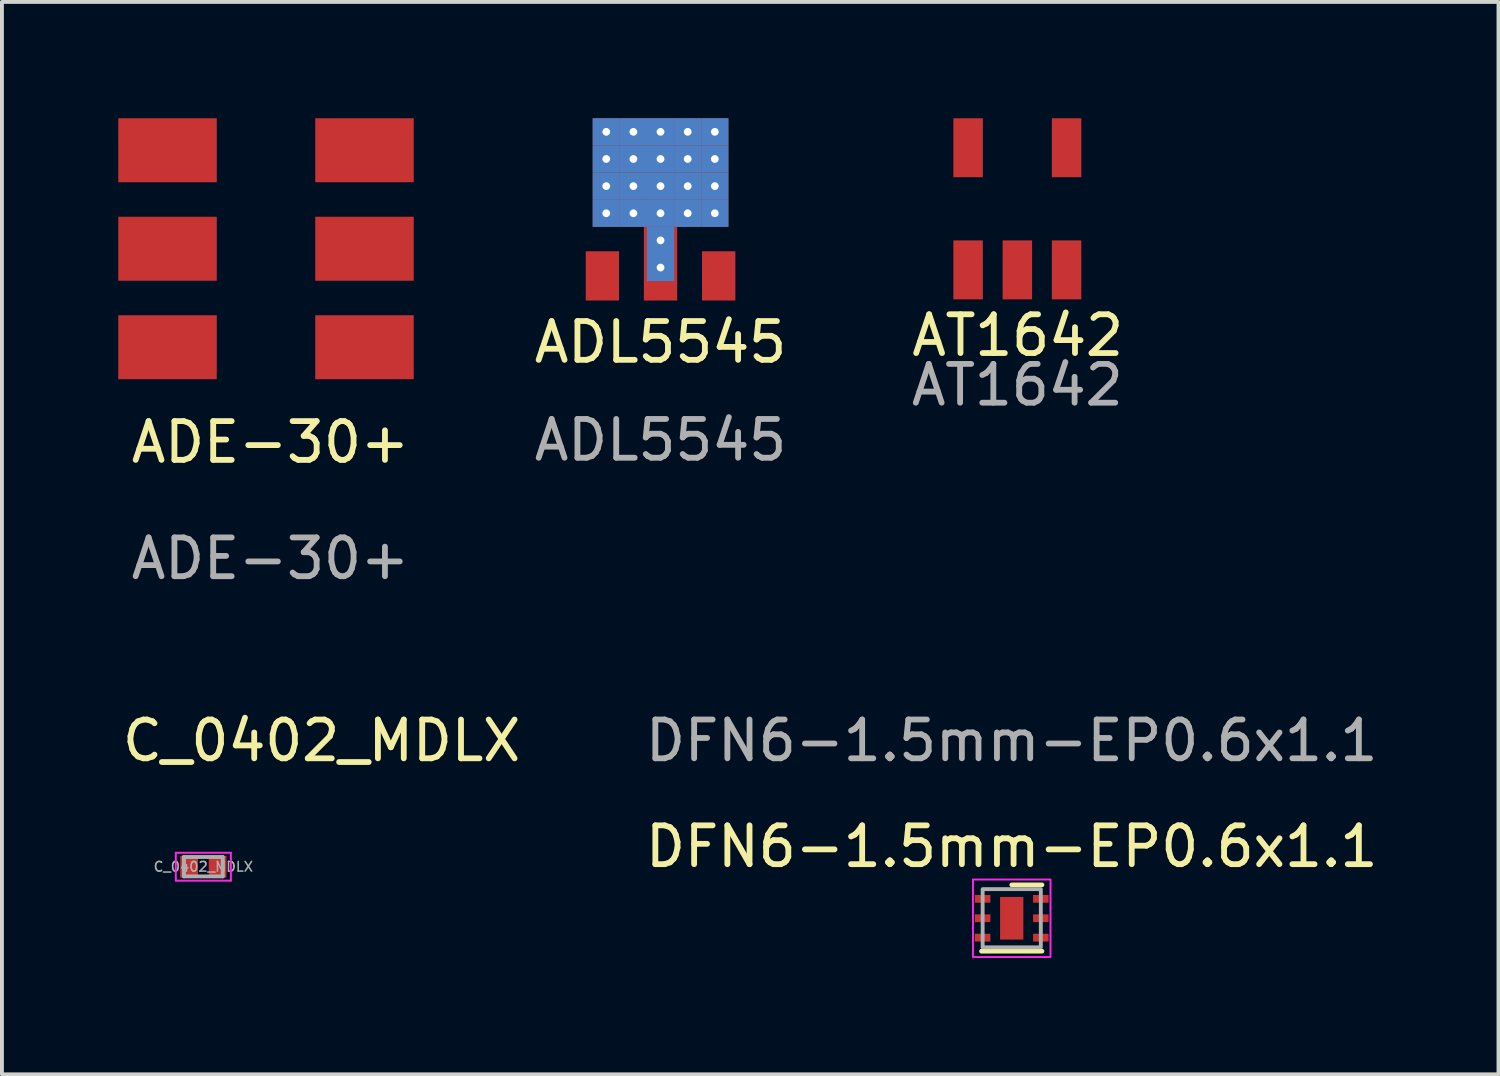
<source format=kicad_pcb>
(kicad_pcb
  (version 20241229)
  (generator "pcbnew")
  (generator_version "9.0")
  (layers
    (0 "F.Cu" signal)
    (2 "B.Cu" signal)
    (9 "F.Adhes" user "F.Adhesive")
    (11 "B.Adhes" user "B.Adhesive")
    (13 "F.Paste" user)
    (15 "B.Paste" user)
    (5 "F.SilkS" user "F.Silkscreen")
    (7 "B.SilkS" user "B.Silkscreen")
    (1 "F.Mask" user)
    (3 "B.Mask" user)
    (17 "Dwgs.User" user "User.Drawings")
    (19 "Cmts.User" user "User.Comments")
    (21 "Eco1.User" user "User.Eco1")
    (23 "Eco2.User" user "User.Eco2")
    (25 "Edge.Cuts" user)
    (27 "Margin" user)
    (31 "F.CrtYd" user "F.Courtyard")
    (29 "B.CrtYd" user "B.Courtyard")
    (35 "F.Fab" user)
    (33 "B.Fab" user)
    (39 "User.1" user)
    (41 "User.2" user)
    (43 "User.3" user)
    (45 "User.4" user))
  (footprint "C_0402_MDLX"
    (layer "F.Cu")
    (at 2.194 19.302)
    (property "Reference" "C_0402_MDLX" (at 3.05 -3.25 0) (layer "F.SilkS") (effects (font (size 1 1) (thickness 0.15))))
    (attr smd)
    (fp_line (start -0.71 -0.36) (end 0.71 -0.36) (stroke (width 0.05) (type solid)) (layer "F.CrtYd"))
    (fp_line (start -0.71 0.36) (end -0.71 -0.36) (stroke (width 0.05) (type solid)) (layer "F.CrtYd"))
    (fp_line (start 0.71 -0.36) (end 0.71 0.36) (stroke (width 0.05) (type solid)) (layer "F.CrtYd"))
    (fp_line (start 0.71 0.36) (end -0.71 0.36) (stroke (width 0.05) (type solid)) (layer "F.CrtYd"))
    (fp_line (start -0.5 -0.25) (end 0.5 -0.25) (stroke (width 0.1) (type solid)) (layer "F.Fab"))
    (fp_line (start -0.5 0.25) (end -0.5 -0.25) (stroke (width 0.1) (type solid)) (layer "F.Fab"))
    (fp_line (start 0.5 -0.25) (end 0.5 0.25) (stroke (width 0.1) (type solid)) (layer "F.Fab"))
    (fp_line (start 0.5 0.25) (end -0.5 0.25) (stroke (width 0.1) (type solid)) (layer "F.Fab"))
    (fp_text user "${REFERENCE}" (at 0 0 0) (layer "F.Fab") (effects (font (size 0.25 0.25) (thickness 0.04))))
    (pad "1" smd rect (at -0.368 0) (size 0.457 0.559) (layers "F.Cu" "F.Mask" "F.Paste"))
    (pad "2" smd rect (at 0.368 0) (size 0.457 0.559) (layers "F.Cu" "F.Mask" "F.Paste")))
  (footprint "ADE-30+"
    (layer "F.Cu")
    (at 3.925 3.38)
    (property "Reference" "ADE-30+" (at 0 4.975 0) (unlocked yes) (layer "F.SilkS") (effects (font (size 1 1) (thickness 0.15))))
    (attr smd)
    (fp_text user "${REFERENCE}" (at 0 7.975 0) (unlocked yes) (layer "F.Fab") (effects (font (size 1 1) (thickness 0.15))))
    (pad "1" smd rect (at -2.655 -2.555) (size 2.54 1.65) (layers "F.Cu" "F.Mask" "F.Paste"))
    (pad "2" smd rect (at -2.655 -0.015) (size 2.54 1.65) (layers "F.Cu" "F.Mask" "F.Paste"))
    (pad "3" smd rect (at -2.655 2.525) (size 2.54 1.65) (layers "F.Cu" "F.Mask" "F.Paste"))
    (pad "4" smd rect (at 2.425 2.525) (size 2.54 1.65) (layers "F.Cu" "F.Mask" "F.Paste"))
    (pad "5" smd rect (at 2.425 -0.015) (size 2.54 1.65) (layers "F.Cu" "F.Mask" "F.Paste"))
    (pad "6" smd rect (at 2.425 -2.555) (size 2.54 1.65) (layers "F.Cu" "F.Mask" "F.Paste")))
  (footprint "AT1642"
    (layer "F.Cu")
    (at 23.187 2.33)
    (property "Reference" "AT1642" (at 0.01 3.27 0) (unlocked yes) (layer "F.SilkS") (effects (font (size 1 1) (thickness 0.15))))
    (attr smd)
    (fp_text user "${REFERENCE}" (at 0 4.55 0) (unlocked yes) (layer "F.Fab") (effects (font (size 1 1) (thickness 0.15))))
    (pad "1" smd rect (at 1.27 1.58 90) (size 1.52 0.76) (layers "F.Cu" "F.Mask" "F.Paste"))
    (pad "2" smd rect (at 0 1.58 90) (size 1.52 0.76) (layers "F.Cu" "F.Mask" "F.Paste"))
    (pad "3" smd rect (at -1.27 1.58 90) (size 1.52 0.76) (layers "F.Cu" "F.Mask" "F.Paste"))
    (pad "4" smd rect (at -1.27 -1.57 90) (size 1.52 0.76) (layers "F.Cu" "F.Mask" "F.Paste"))
    (pad "6" smd rect (at 1.27 -1.57 90) (size 1.52 0.76) (layers "F.Cu" "F.Mask" "F.Paste")))
  (footprint "DFN6-1.5mm-EP0.6x1.1"
    (layer "F.Cu")
    (at 23.042 20.631)
    (property "Reference" "DFN6-1.5mm-EP0.6x1.1" (at 0 -1.85 0) (unlocked yes) (layer "F.SilkS") (effects (font (size 1 1) (thickness 0.15))))
    (attr smd)
    (fp_line (start -0.78 0.85) (end 0.78 0.85) (stroke (width 0.12) (type solid)) (layer "F.SilkS"))
    (fp_line (start 0 -0.86) (end 0.78 -0.86) (stroke (width 0.12) (type solid)) (layer "F.SilkS"))
    (fp_rect (start -1 -1) (end 1 1) (stroke (width 0.05) (type solid)) (fill no) (layer "F.CrtYd"))
    (fp_rect (start -0.75 -0.75) (end 0.75 0.75) (stroke (width 0.1) (type solid)) (fill no) (layer "F.Fab"))
    (fp_text user "${REFERENCE}" (at 0 -4.58 0) (unlocked yes) (layer "F.Fab") (effects (font (size 1 1) (thickness 0.15))))
    (pad "1" smd rect (at -0.75 -0.5) (size 0.4 0.2) (layers "F.Cu" "F.Mask" "F.Paste"))
    (pad "2" smd rect (at -0.75 0) (size 0.4 0.2) (layers "F.Cu" "F.Mask" "F.Paste"))
    (pad "3" smd rect (at -0.75 0.5) (size 0.4 0.2) (layers "F.Cu" "F.Mask" "F.Paste"))
    (pad "4" smd rect (at 0.75 0.5) (size 0.4 0.2) (layers "F.Cu" "F.Mask" "F.Paste"))
    (pad "5" smd rect (at 0.75 0) (size 0.4 0.2) (layers "F.Cu" "F.Mask" "F.Paste"))
    (pad "6" smd rect (at 0.75 -0.5) (size 0.4 0.2) (layers "F.Cu" "F.Mask" "F.Paste"))
    (pad "EP" smd rect (at 0 0) (size 0.6 1.1) (layers "F.Cu" "F.Mask" "F.Paste")))
  (footprint "ADL5545"
    (layer "F.Cu")
    (at 13.985 4.7)
    (property "Reference" "ADL5545" (at 0 1.075 0) (unlocked yes) (layer "F.SilkS") (effects (font (size 1 1) (thickness 0.15))))
    (attr smd)
    (fp_text user "${REFERENCE}" (at 0 3.6 0) (unlocked yes) (layer "F.Fab") (effects (font (size 1 1) (thickness 0.15))))
    (pad "1" smd rect (at -1.5 -0.635) (size 0.86 1.27) (layers "F.Cu" "F.Mask" "F.Paste"))
    (pad "2" thru_hole rect (at -1.4 -4.35) (size 0.7 0.7) (drill 0.2) (property pad_prop_heatsink) (layers "*.Cu"))
    (pad "2" thru_hole rect (at -1.4 -3.65) (size 0.7 0.7) (drill 0.2) (property pad_prop_heatsink) (layers "*.Cu"))
    (pad "2" thru_hole rect (at -1.4 -2.95) (size 0.7 0.7) (drill 0.2) (property pad_prop_heatsink) (layers "*.Cu"))
    (pad "2" thru_hole rect (at -1.4 -2.25) (size 0.7 0.7) (drill 0.2) (property pad_prop_heatsink) (layers "*.Cu"))
    (pad "2" thru_hole rect (at -0.7 -4.35) (size 0.7 0.7) (drill 0.2) (property pad_prop_heatsink) (layers "*.Cu" "F.Mask"))
    (pad "2" thru_hole rect (at -0.7 -3.65) (size 0.7 0.7) (drill 0.2) (property pad_prop_heatsink) (layers "*.Cu" "F.Mask"))
    (pad "2" thru_hole rect (at -0.7 -2.95) (size 0.7 0.7) (drill 0.2) (property pad_prop_heatsink) (layers "*.Cu" "F.Mask"))
    (pad "2" thru_hole rect (at -0.7 -2.25) (size 0.7 0.7) (drill 0.2) (property pad_prop_heatsink) (layers "*.Cu" "F.Mask"))
    (pad "2" thru_hole rect (at 0 -4.35) (size 0.7 0.7) (drill 0.2) (property pad_prop_heatsink) (layers "*.Cu" "F.Mask"))
    (pad "2" thru_hole rect (at 0 -3.65) (size 0.7 0.7) (drill 0.2) (property pad_prop_heatsink) (layers "*.Cu" "F.Mask"))
    (pad "2" thru_hole rect (at 0 -2.95) (size 0.7 0.7) (drill 0.2) (property pad_prop_heatsink) (layers "*.Cu" "F.Mask"))
    (pad "2" thru_hole rect (at 0 -2.25) (size 0.7 0.7) (drill 0.2) (property pad_prop_heatsink) (layers "*.Cu" "F.Mask"))
    (pad "2" thru_hole rect (at 0 -1.55) (size 0.7 0.7) (drill 0.2) (property pad_prop_heatsink) (layers "*.Cu" "F.Mask"))
    (pad "2" smd rect (at 0 -0.95) (size 0.86 1.9) (layers "F.Cu" "F.Mask" "F.Paste"))
    (pad "2" thru_hole rect (at 0 -0.85) (size 0.7 0.7) (drill 0.2) (property pad_prop_heatsink) (layers "*.Cu" "F.Mask"))
    (pad "2" thru_hole rect (at 0.7 -4.35) (size 0.7 0.7) (drill 0.2) (property pad_prop_heatsink) (layers "*.Cu" "F.Mask"))
    (pad "2" thru_hole rect (at 0.7 -3.65) (size 0.7 0.7) (drill 0.2) (property pad_prop_heatsink) (layers "*.Cu" "F.Mask"))
    (pad "2" thru_hole rect (at 0.7 -2.95) (size 0.7 0.7) (drill 0.2) (property pad_prop_heatsink) (layers "*.Cu" "F.Mask"))
    (pad "2" thru_hole rect (at 0.7 -2.25) (size 0.7 0.7) (drill 0.2) (property pad_prop_heatsink) (layers "*.Cu" "F.Mask"))
    (pad "2" thru_hole rect (at 1.4 -4.35) (size 0.7 0.7) (drill 0.2) (property pad_prop_heatsink) (layers "*.Cu"))
    (pad "2" thru_hole rect (at 1.4 -3.65) (size 0.7 0.7) (drill 0.2) (property pad_prop_heatsink) (layers "*.Cu"))
    (pad "2" thru_hole rect (at 1.4 -2.95) (size 0.7 0.7) (drill 0.2) (property pad_prop_heatsink) (layers "*.Cu"))
    (pad "2" thru_hole rect (at 1.4 -2.25) (size 0.7 0.7) (drill 0.2) (property pad_prop_heatsink) (layers "*.Cu"))
    (pad "3" smd rect (at 1.5 -0.635) (size 0.86 1.27) (layers "F.Cu" "F.Mask" "F.Paste")))
  (gr_rect
    (start -3 -3)
    (end 35.595 24.657)
    (stroke (width 0.1) (type default))
    (fill no)
    (layer "Edge.Cuts")))
</source>
